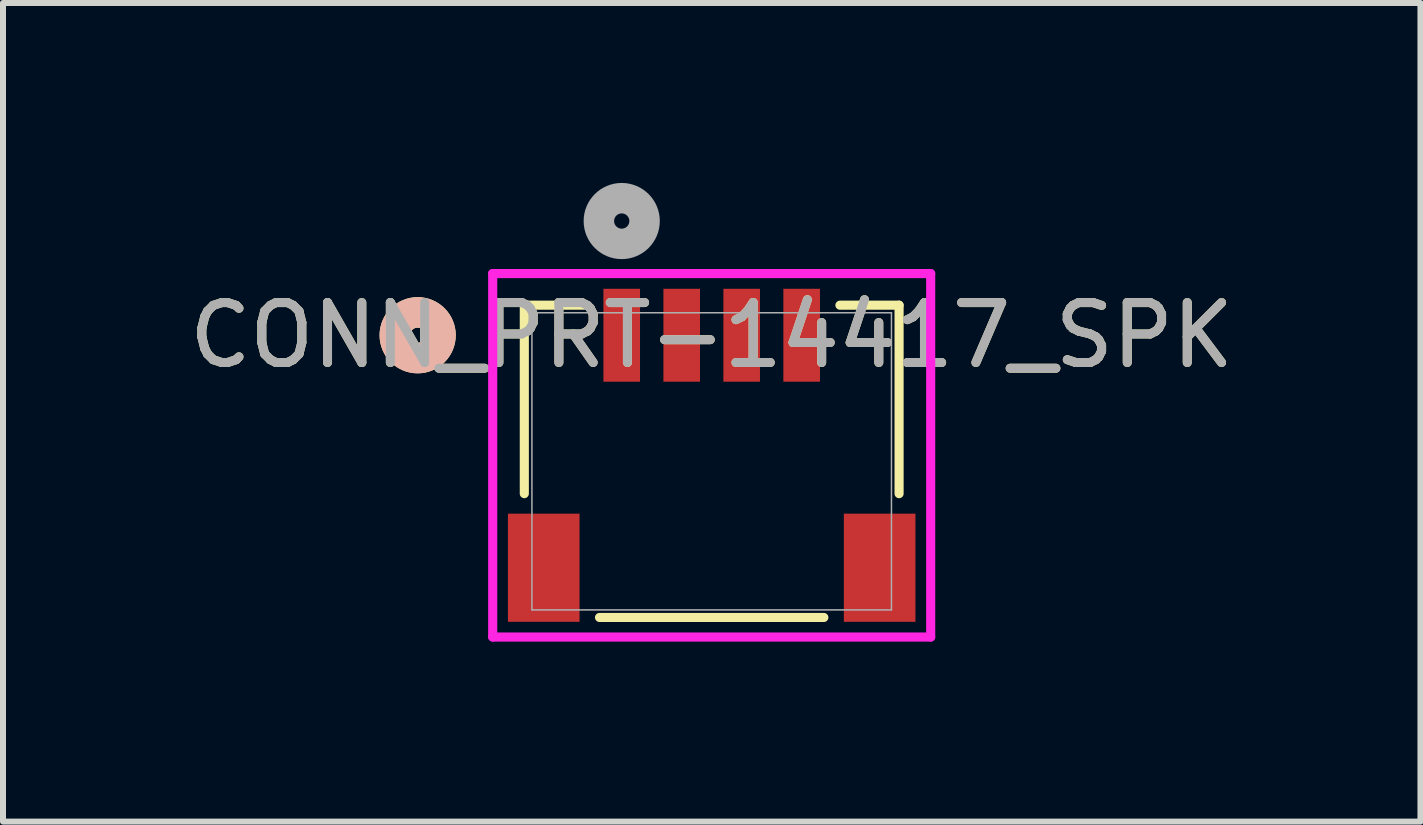
<source format=kicad_pcb>
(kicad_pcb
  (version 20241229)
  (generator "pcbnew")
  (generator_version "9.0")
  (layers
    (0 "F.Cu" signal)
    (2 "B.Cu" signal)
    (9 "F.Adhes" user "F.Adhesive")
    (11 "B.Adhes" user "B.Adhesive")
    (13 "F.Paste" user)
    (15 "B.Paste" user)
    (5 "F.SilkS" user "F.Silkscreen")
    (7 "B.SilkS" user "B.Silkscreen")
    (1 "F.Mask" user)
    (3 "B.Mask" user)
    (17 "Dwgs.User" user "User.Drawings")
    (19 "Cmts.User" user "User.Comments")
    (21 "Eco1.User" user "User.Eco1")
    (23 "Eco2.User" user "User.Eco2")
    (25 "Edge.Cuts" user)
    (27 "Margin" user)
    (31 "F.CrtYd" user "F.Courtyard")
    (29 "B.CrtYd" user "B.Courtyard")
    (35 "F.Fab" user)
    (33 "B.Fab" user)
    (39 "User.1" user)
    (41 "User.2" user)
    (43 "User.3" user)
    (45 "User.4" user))
  (footprint "CONN_PRT-14417_SPK"
    (layer "F.Cu")
    (at 8.815 4.641)
    (property "Reference" "CONN_PRT-14417_SPK" (at 0 -2.102 0) (unlocked yes) (layer "F.SilkS") (effects (font (size 1 1) (thickness 0.15))))
    (attr smd)
    (fp_line (start -3.124 -2.603) (end -3.124 0.539) (stroke (width 0.152) (type solid)) (layer "F.SilkS"))
    (fp_line (start -2.138 -2.603) (end -3.124 -2.603) (stroke (width 0.152) (type solid)) (layer "F.SilkS"))
    (fp_line (start -1.87 2.603) (end 1.87 2.603) (stroke (width 0.152) (type solid)) (layer "F.SilkS"))
    (fp_line (start 3.124 -2.603) (end 2.138 -2.603) (stroke (width 0.152) (type solid)) (layer "F.SilkS"))
    (fp_line (start 3.124 0.539) (end 3.124 -2.603) (stroke (width 0.152) (type solid)) (layer "F.SilkS"))
    (fp_circle (center -4.902 -2.102) (end -4.521 -2.102) (stroke (width 0.508) (type solid)) (fill no) (layer "F.SilkS"))
    (fp_circle (center -4.902 -2.102) (end -4.521 -2.102) (stroke (width 0.508) (type solid)) (fill no) (layer "B.SilkS"))
    (fp_line (start -3.651 -3.13) (end -3.651 2.929) (stroke (width 0.152) (type solid)) (layer "F.CrtYd"))
    (fp_line (start -3.651 2.929) (end 3.651 2.929) (stroke (width 0.152) (type solid)) (layer "F.CrtYd"))
    (fp_line (start 3.651 -3.13) (end -3.651 -3.13) (stroke (width 0.152) (type solid)) (layer "F.CrtYd"))
    (fp_line (start 3.651 2.929) (end 3.651 -3.13) (stroke (width 0.152) (type solid)) (layer "F.CrtYd"))
    (fp_line (start -2.997 -2.477) (end -2.997 2.477) (stroke (width 0.025) (type solid)) (layer "F.Fab"))
    (fp_line (start -2.997 2.477) (end 2.997 2.477) (stroke (width 0.025) (type solid)) (layer "F.Fab"))
    (fp_line (start 2.997 -2.477) (end -2.997 -2.477) (stroke (width 0.025) (type solid)) (layer "F.Fab"))
    (fp_line (start 2.997 2.477) (end 2.997 -2.477) (stroke (width 0.025) (type solid)) (layer "F.Fab"))
    (fp_circle (center -1.5 -4.006) (end -1.119 -4.006) (stroke (width 0.508) (type solid)) (fill no) (layer "F.Fab"))
    (fp_text user "${REFERENCE}" (at 0 -2.102 0) (unlocked yes) (layer "F.Fab") (effects (font (size 1 1) (thickness 0.15))))
    (pad "1" smd rect (at -1.5 -2.102) (size 0.61 1.549) (layers "F.Cu" "F.Mask" "F.Paste"))
    (pad "2" smd rect (at -0.5 -2.102) (size 0.61 1.549) (layers "F.Cu" "F.Mask" "F.Paste"))
    (pad "3" smd rect (at 0.5 -2.102) (size 0.61 1.549) (layers "F.Cu" "F.Mask" "F.Paste"))
    (pad "4" smd rect (at 1.5 -2.102) (size 0.61 1.549) (layers "F.Cu" "F.Mask" "F.Paste"))
    (pad "5" smd rect (at -2.8 1.774) (size 1.194 1.803) (layers "F.Cu" "F.Mask" "F.Paste"))
    (pad "6" smd rect (at 2.8 1.774) (size 1.194 1.803) (layers "F.Cu" "F.Mask" "F.Paste")))
  (gr_rect
    (start -3 -3)
    (end 20.631 10.647)
    (stroke (width 0.1) (type default))
    (fill no)
    (layer "Edge.Cuts")))
</source>
